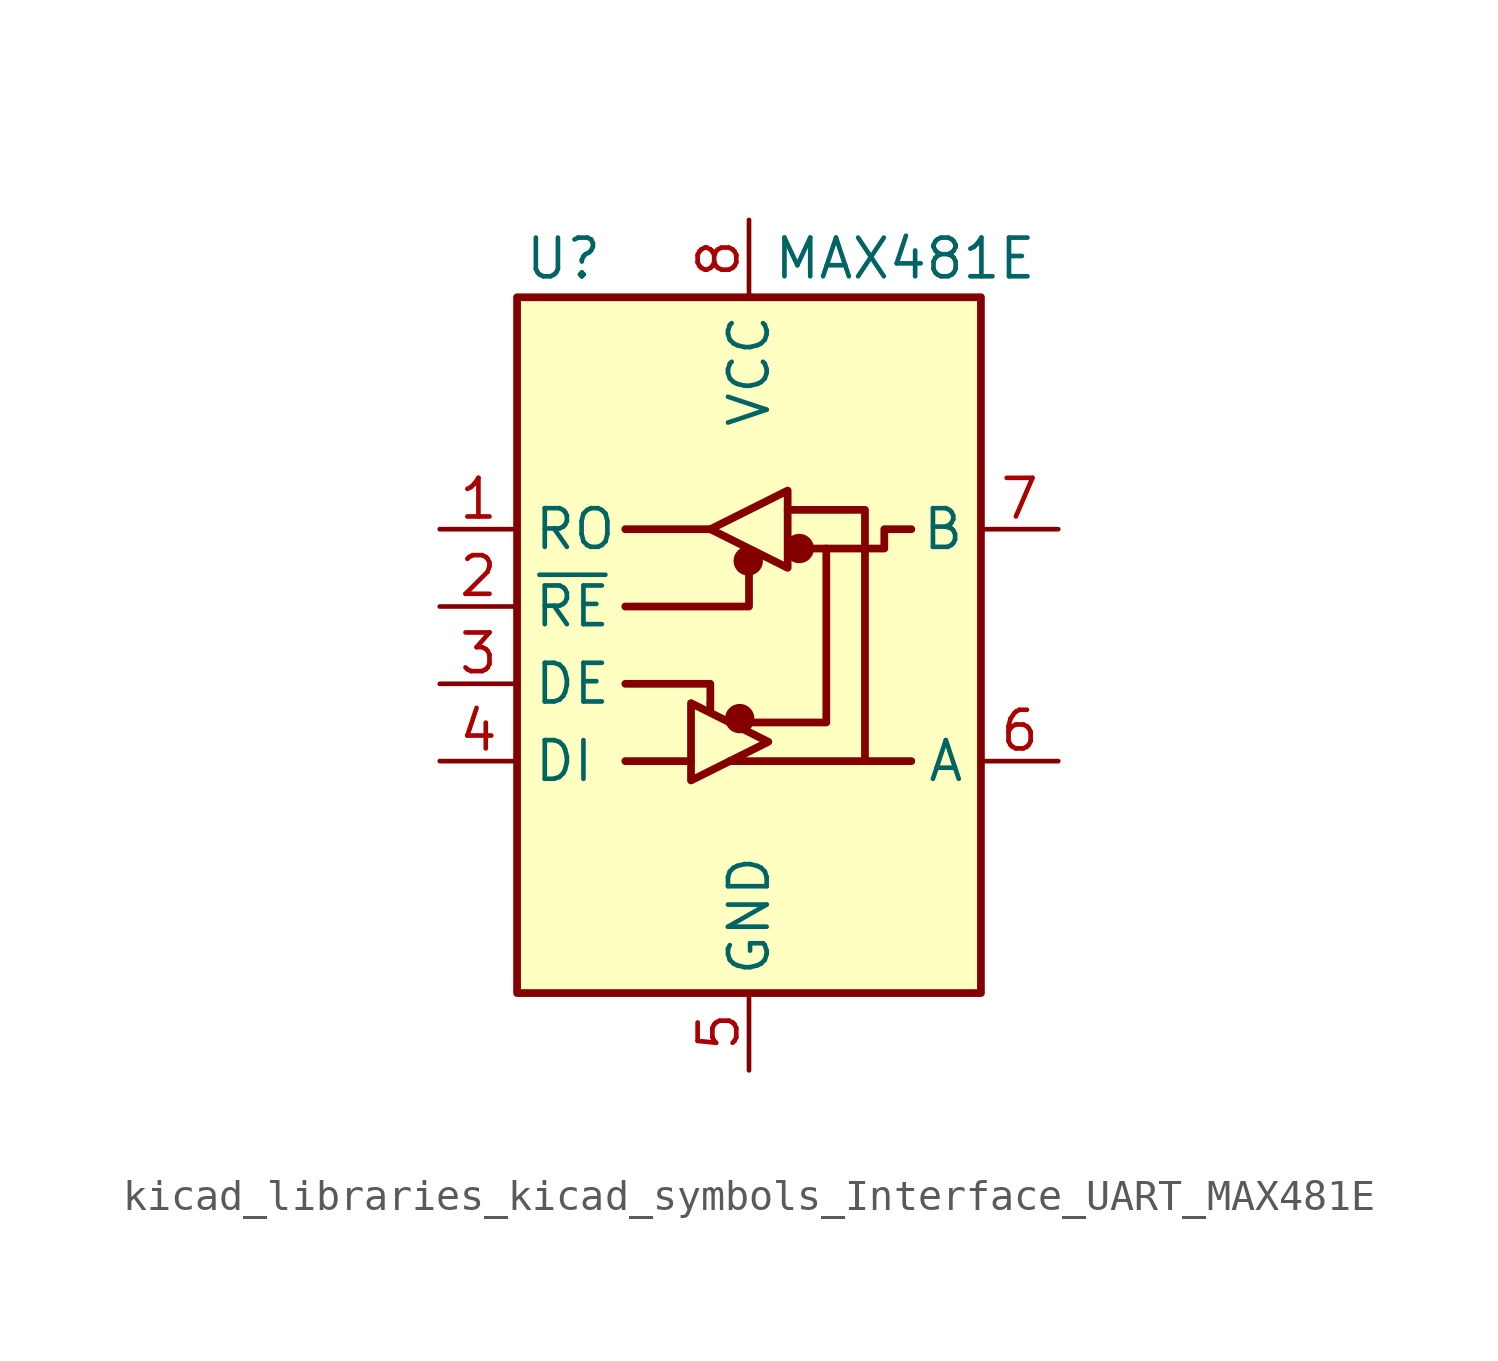
<source format=kicad_sym>
(kicad_symbol_lib
  (version 20220914)
  (generator kicad_symbol_editor)
  (symbol "kicad_libraries_kicad_symbols_Interface_UART_MAX481E"
    (property "Reference" "U"
      (at -6.096 11.43 0)
      (effects (font (size 1.27 1.27))))
    (property "Value" "MAX481E"
      (at 0.762 11.43 0)
      (effects (font (size 1.27 1.27)) (justify left)))
    (symbol "kicad_libraries_kicad_symbols_Interface_UART_MAX481E_0_1"
      (rectangle (start -7.62 10.16) (end 7.62 -12.7) (stroke (width 0.254) (type default)) (fill (type background)))
      (circle (center -0.305 -3.683) (radius 0.356) (stroke (width 0.254) (type default)) (fill (type outline)))
      (circle (center -0.025 1.499) (radius 0.356) (stroke (width 0.254) (type default)) (fill (type outline)))
      (polyline (pts (xy -4.064 -5.08) (xy -1.905 -5.08)) (stroke (width 0.254) (type default)) (fill (type none)))
      (polyline (pts (xy -4.064 2.54) (xy -1.27 2.54)) (stroke (width 0.254) (type default)) (fill (type none)))
      (polyline (pts (xy -1.27 -3.2) (xy -1.27 -3.454)) (stroke (width 0.254) (type default)) (fill (type none)))
      (polyline (pts (xy -0.635 -5.08) (xy 5.334 -5.08)) (stroke (width 0.254) (type default)) (fill (type none)))
      (polyline (pts (xy -4.064 -2.54) (xy -1.27 -2.54) (xy -1.27 -3.175)) (stroke (width 0.254) (type default)) (fill (type none)))
      (polyline (pts (xy 0 1.27) (xy 0 0) (xy -4.064 0)) (stroke (width 0.254) (type default)) (fill (type none)))
      (polyline (pts (xy 1.27 3.175) (xy 3.81 3.175) (xy 3.81 -5.08)) (stroke (width 0.254) (type default)) (fill (type none)))
      (polyline (pts (xy 2.54 1.905) (xy 2.54 -3.81) (xy 0 -3.81)) (stroke (width 0.254) (type default)) (fill (type none)))
      (polyline (pts (xy -1.905 -3.175) (xy -1.905 -5.715) (xy 0.635 -4.445) (xy -1.905 -3.175)) (stroke (width 0.254) (type default)) (fill (type none)))
      (polyline (pts (xy -1.27 2.54) (xy 1.27 3.81) (xy 1.27 1.27) (xy -1.27 2.54)) (stroke (width 0.254) (type default)) (fill (type none)))
      (polyline (pts (xy 1.905 1.905) (xy 4.445 1.905) (xy 4.445 2.54) (xy 5.334 2.54)) (stroke (width 0.254) (type default)) (fill (type none)))
      (rectangle (start 1.27 3.175) (end 1.27 3.175) (stroke (width 0) (type default)) (fill (type none)))
      (circle (center 1.651 1.905) (radius 0.356) (stroke (width 0.254) (type default)) (fill (type outline))))
    (symbol "kicad_libraries_kicad_symbols_Interface_UART_MAX481E_1_1"
      (pin output line (at -10.16 2.54 0) (length 2.54) (name "RO" (effects (font (size 1.27 1.27)))) (number "1" (effects (font (size 1.27 1.27)))))
      (pin input line (at -10.16 0 0) (length 2.54) (name "~{RE}" (effects (font (size 1.27 1.27)))) (number "2" (effects (font (size 1.27 1.27)))))
      (pin input line (at -10.16 -2.54 0) (length 2.54) (name "DE" (effects (font (size 1.27 1.27)))) (number "3" (effects (font (size 1.27 1.27)))))
      (pin input line (at -10.16 -5.08 0) (length 2.54) (name "DI" (effects (font (size 1.27 1.27)))) (number "4" (effects (font (size 1.27 1.27)))))
      (pin power_in line (at 0 -15.24 90) (length 2.54) (name "GND" (effects (font (size 1.27 1.27)))) (number "5" (effects (font (size 1.27 1.27)))))
      (pin bidirectional line (at 10.16 -5.08 180) (length 2.54) (name "A" (effects (font (size 1.27 1.27)))) (number "6" (effects (font (size 1.27 1.27)))))
      (pin bidirectional line (at 10.16 2.54 180) (length 2.54) (name "B" (effects (font (size 1.27 1.27)))) (number "7" (effects (font (size 1.27 1.27)))))
      (pin power_in line (at 0 12.7 270) (length 2.54) (name "VCC" (effects (font (size 1.27 1.27)))) (number "8" (effects (font (size 1.27 1.27))))))))
</source>
